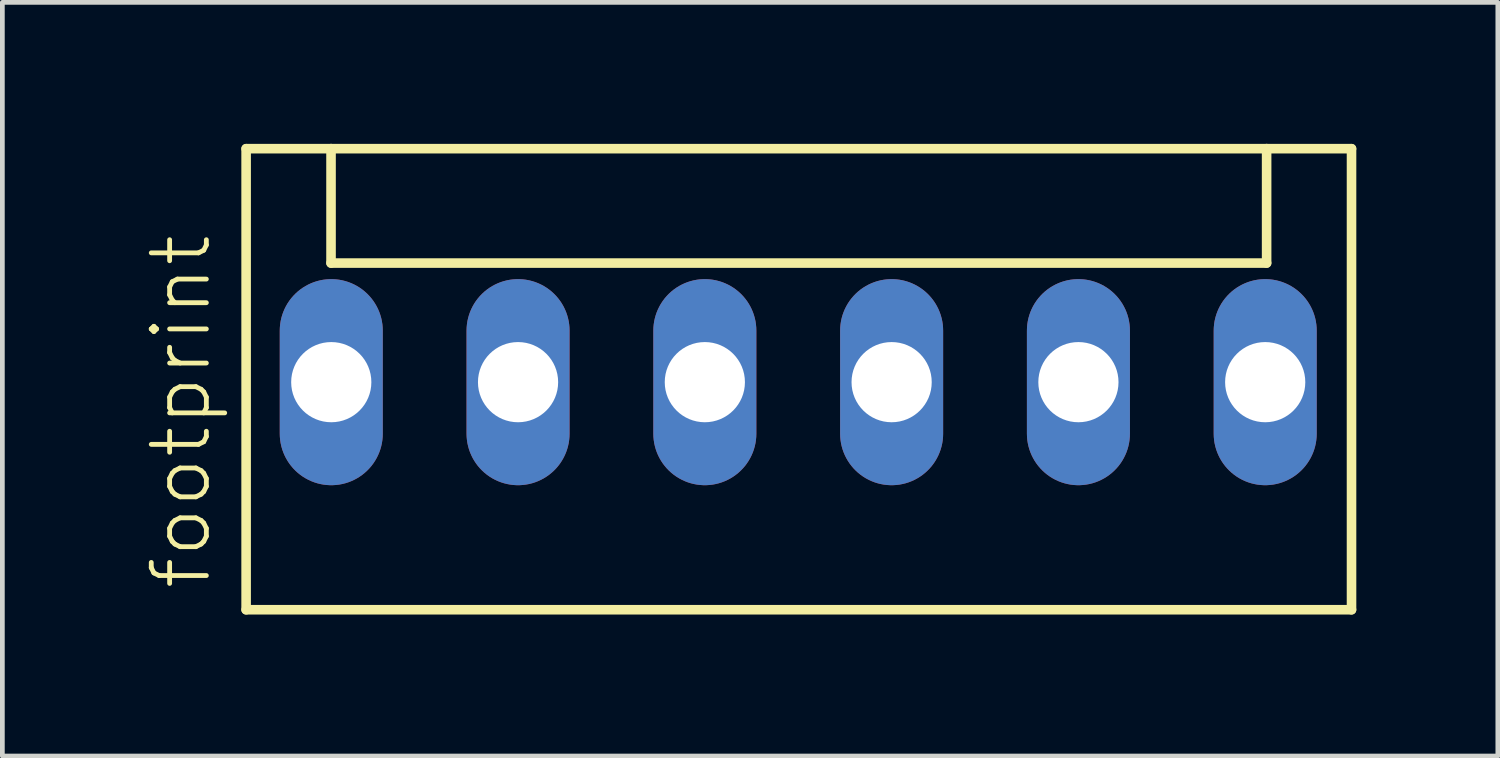
<source format=kicad_pcb>
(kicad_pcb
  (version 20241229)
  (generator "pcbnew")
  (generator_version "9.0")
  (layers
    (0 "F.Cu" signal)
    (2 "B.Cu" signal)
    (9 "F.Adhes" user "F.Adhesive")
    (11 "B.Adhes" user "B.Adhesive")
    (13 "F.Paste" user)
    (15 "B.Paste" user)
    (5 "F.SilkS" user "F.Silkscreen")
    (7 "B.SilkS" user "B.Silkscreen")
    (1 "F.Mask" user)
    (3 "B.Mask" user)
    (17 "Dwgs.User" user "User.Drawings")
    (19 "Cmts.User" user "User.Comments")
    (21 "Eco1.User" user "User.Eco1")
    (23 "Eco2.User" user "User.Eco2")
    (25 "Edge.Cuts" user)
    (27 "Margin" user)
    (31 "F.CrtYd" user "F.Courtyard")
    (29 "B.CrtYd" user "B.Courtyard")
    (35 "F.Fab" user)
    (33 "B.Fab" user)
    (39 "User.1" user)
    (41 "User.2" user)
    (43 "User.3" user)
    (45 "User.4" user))
  (footprint "footprint"
    (layer "F.Cu")
    (at 13.873 5.052)
    (property "Reference" "footprint" (at -12.4 4.445 90) (layer "F.SilkS") (effects (font (size 1.168 1.168) (thickness 0.102)) (justify left bottom)))
    (fp_line (start -11.705 -4.95) (end -11.705 4.825) (stroke (width 0.203) (type solid)) (layer "F.SilkS"))
    (fp_line (start -11.705 4.825) (end 11.73 4.825) (stroke (width 0.203) (type solid)) (layer "F.SilkS"))
    (fp_line (start -9.905 -4.95) (end -11.705 -4.95) (stroke (width 0.203) (type solid)) (layer "F.SilkS"))
    (fp_line (start -9.905 -2.525) (end -9.905 -4.95) (stroke (width 0.203) (type solid)) (layer "F.SilkS"))
    (fp_line (start -9.905 -2.525) (end 9.93 -2.525) (stroke (width 0.203) (type solid)) (layer "F.SilkS"))
    (fp_line (start 9.93 -4.95) (end -9.905 -4.95) (stroke (width 0.203) (type solid)) (layer "F.SilkS"))
    (fp_line (start 9.93 -2.525) (end 9.93 -4.95) (stroke (width 0.203) (type solid)) (layer "F.SilkS"))
    (fp_line (start 11.73 -4.95) (end 9.93 -4.95) (stroke (width 0.203) (type solid)) (layer "F.SilkS"))
    (fp_line (start 11.73 4.825) (end 11.73 -4.95) (stroke (width 0.203) (type solid)) (layer "F.SilkS"))
    (pad "1" thru_hole oval (at -9.9 0 90) (size 4.369 2.184) (drill 1.7) (layers "*.Cu" "*.Mask"))
    (pad "2" thru_hole oval (at -5.94 0 90) (size 4.369 2.184) (drill 1.7) (layers "*.Cu" "*.Mask"))
    (pad "3" thru_hole oval (at -1.98 0 90) (size 4.369 2.184) (drill 1.7) (layers "*.Cu" "*.Mask"))
    (pad "4" thru_hole oval (at 1.98 0 90) (size 4.369 2.184) (drill 1.7) (layers "*.Cu" "*.Mask"))
    (pad "5" thru_hole oval (at 5.94 0 90) (size 4.369 2.184) (drill 1.7) (layers "*.Cu" "*.Mask"))
    (pad "6" thru_hole oval (at 9.9 0 90) (size 4.369 2.184) (drill 1.7) (layers "*.Cu" "*.Mask")))
  (gr_rect
    (start -3 -3)
    (end 28.705 12.978)
    (stroke (width 0.1) (type default))
    (fill no)
    (layer "Edge.Cuts")))
</source>
